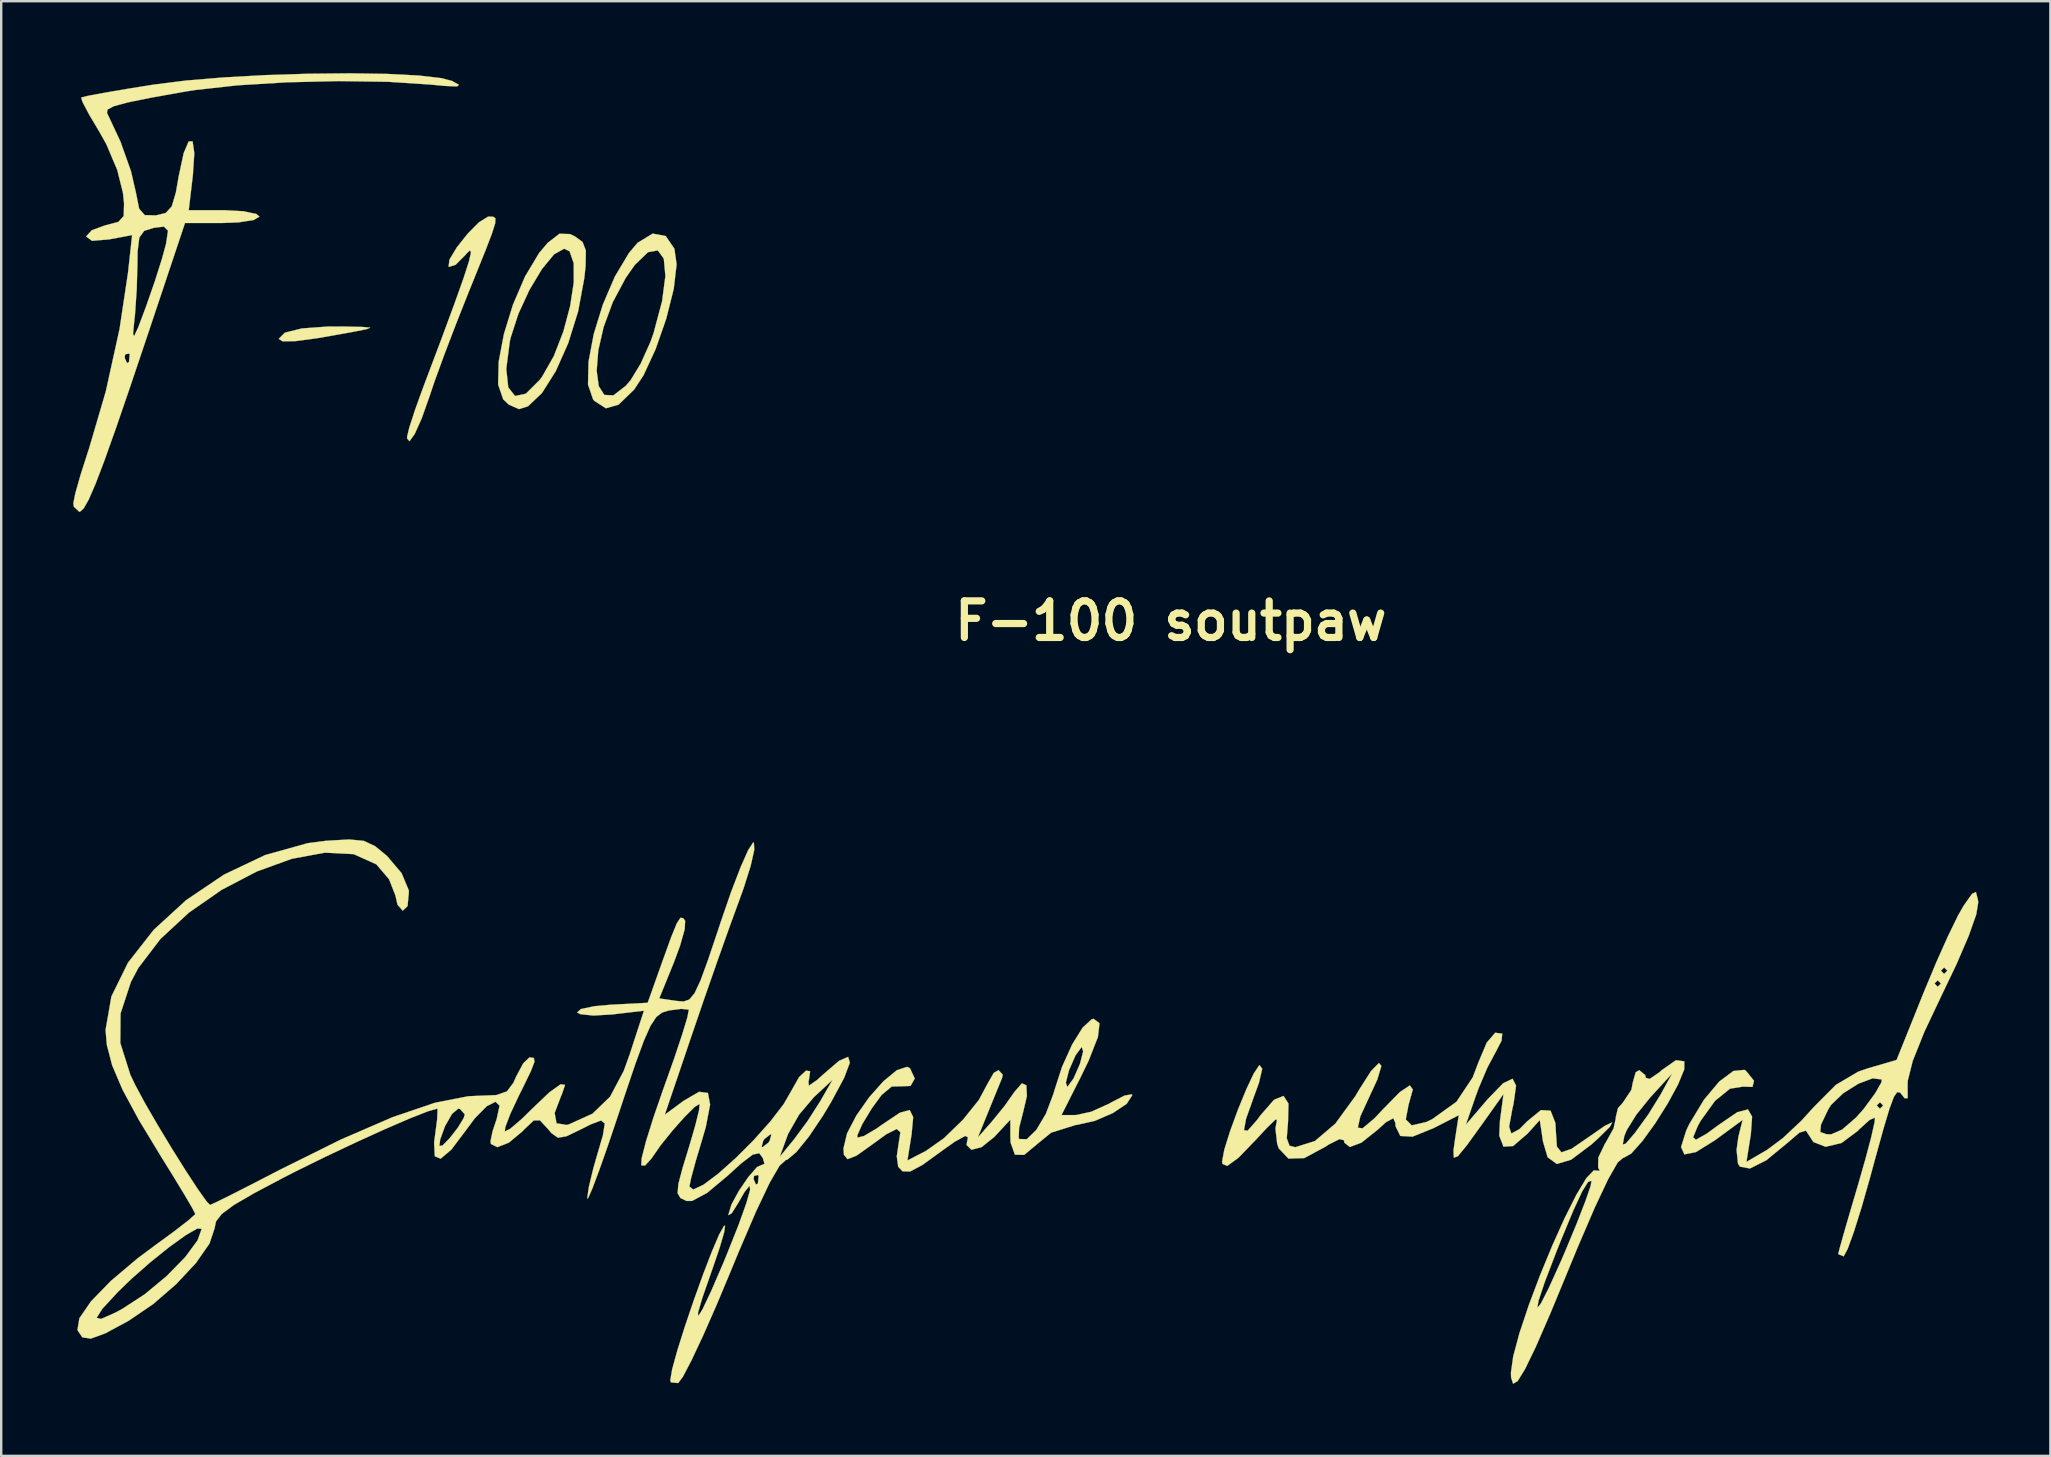
<source format=kicad_pcb>
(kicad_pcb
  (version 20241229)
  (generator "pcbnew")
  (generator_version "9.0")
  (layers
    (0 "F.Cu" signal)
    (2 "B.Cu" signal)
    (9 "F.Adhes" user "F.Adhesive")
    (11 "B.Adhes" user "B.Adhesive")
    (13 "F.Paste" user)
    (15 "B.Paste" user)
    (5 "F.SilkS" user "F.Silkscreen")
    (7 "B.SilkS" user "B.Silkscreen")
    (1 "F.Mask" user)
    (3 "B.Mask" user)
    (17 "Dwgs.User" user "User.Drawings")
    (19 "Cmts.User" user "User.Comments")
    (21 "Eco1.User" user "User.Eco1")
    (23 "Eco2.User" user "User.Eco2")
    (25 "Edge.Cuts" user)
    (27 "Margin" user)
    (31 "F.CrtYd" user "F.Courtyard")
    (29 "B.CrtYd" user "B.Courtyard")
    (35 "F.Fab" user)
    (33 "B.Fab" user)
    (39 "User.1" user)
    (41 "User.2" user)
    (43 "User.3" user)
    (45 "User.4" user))
  (footprint "F-100 soutpaw"
    (layer "F.Cu")
    (at 45.725 22.818)
    (property "Reference" "F-100 soutpaw" (at 0 0 0) (layer "F.SilkS") (effects (font (size 1.524 1.524) (thickness 0.3))))
    (attr through_hole)
    (fp_poly (pts (xy -33.671 -12.248) (xy -33.35 -12.218) (xy -33.493 -12.156) (xy -34.064 -12.043) (xy -34.089 -12.038) (xy -35.513 -11.785) (xy -36.468 -11.656) (xy -37.002 -11.647) (xy -37.164 -11.75) (xy -36.911 -12.008) (xy -36.2 -12.185) (xy -35.105 -12.265) (xy -34.491 -12.266) (xy -33.671 -12.248)) (stroke (width 0.01) (type solid)) (fill yes) (layer "F.SilkS"))
    (fp_poly (pts (xy -28.231 -16.84) (xy -28.136 -16.775) (xy -28.145 -16.568) (xy -28.28 -16.138) (xy -28.562 -15.404) (xy -29.012 -14.288) (xy -29.244 -13.715) (xy -29.769 -12.392) (xy -30.269 -11.083) (xy -30.677 -9.963) (xy -30.881 -9.358) (xy -31.204 -8.443) (xy -31.495 -7.794) (xy -31.713 -7.486) (xy -31.814 -7.597) (xy -31.817 -7.668) (xy -31.727 -8.046) (xy -31.491 -8.772) (xy -31.158 -9.696) (xy -31.121 -9.794) (xy -30.393 -11.725) (xy -29.847 -13.203) (xy -29.467 -14.269) (xy -29.241 -14.968) (xy -29.154 -15.344) (xy -29.193 -15.44) (xy -29.343 -15.3) (xy -29.388 -15.244) (xy -29.794 -14.837) (xy -30.075 -14.748) (xy -30.087 -14.758) (xy -30.05 -15.053) (xy -29.745 -15.561) (xy -29.294 -16.13) (xy -28.821 -16.607) (xy -28.447 -16.84) (xy -28.408 -16.844) (xy -28.231 -16.84)) (stroke (width 0.01) (type solid)) (fill yes) (layer "F.SilkS"))
    (fp_poly (pts (xy -21.041 -16.036) (xy -20.68 -15.507) (xy -20.587 -14.858) (xy -20.707 -13.83) (xy -21.021 -12.584) (xy -21.463 -11.32) (xy -21.965 -10.234) (xy -22.356 -9.638) (xy -23.007 -9.008) (xy -23.536 -8.858) (xy -24.017 -9.17) (xy -24.067 -9.229) (xy -24.279 -9.848) (xy -24.265 -10.426) (xy -23.917 -10.426) (xy -23.832 -9.783) (xy -23.599 -9.416) (xy -23.222 -9.396) (xy -22.704 -9.795) (xy -22.495 -10.041) (xy -22.082 -10.721) (xy -21.677 -11.624) (xy -21.55 -11.98) (xy -21.191 -13.323) (xy -21.055 -14.374) (xy -21.121 -15.092) (xy -21.369 -15.436) (xy -21.779 -15.362) (xy -22.329 -14.831) (xy -22.704 -14.296) (xy -23.247 -13.278) (xy -23.628 -12.246) (xy -23.85 -11.271) (xy -23.917 -10.426) (xy -24.265 -10.426) (xy -24.257 -10.799) (xy -24.039 -11.952) (xy -23.661 -13.177) (xy -23.161 -14.344) (xy -22.575 -15.324) (xy -22.213 -15.754) (xy -21.583 -16.136) (xy -21.041 -16.036)) (stroke (width 0.01) (type solid)) (fill yes) (layer "F.SilkS"))
    (fp_poly (pts (xy -25.027 -16.116) (xy -24.826 -16.021) (xy -24.505 -15.786) (xy -24.368 -15.431) (xy -24.378 -14.795) (xy -24.434 -14.272) (xy -24.69 -12.894) (xy -25.103 -11.571) (xy -25.622 -10.404) (xy -26.197 -9.494) (xy -26.777 -8.942) (xy -27.152 -8.823) (xy -27.577 -9.01) (xy -27.81 -9.229) (xy -28.022 -9.848) (xy -28.007 -10.497) (xy -27.684 -10.497) (xy -27.6 -9.728) (xy -27.318 -9.372) (xy -26.87 -9.465) (xy -26.289 -10.043) (xy -26.188 -10.179) (xy -25.701 -11.036) (xy -25.307 -12.051) (xy -25.024 -13.11) (xy -24.873 -14.097) (xy -24.874 -14.898) (xy -25.046 -15.398) (xy -25.272 -15.507) (xy -25.691 -15.274) (xy -26.198 -14.659) (xy -26.718 -13.791) (xy -27.177 -12.797) (xy -27.5 -11.805) (xy -27.536 -11.643) (xy -27.684 -10.497) (xy -28.007 -10.497) (xy -28 -10.799) (xy -27.782 -11.952) (xy -27.404 -13.177) (xy -26.904 -14.344) (xy -26.318 -15.324) (xy -25.956 -15.754) (xy -25.467 -16.131) (xy -25.027 -16.116)) (stroke (width 0.01) (type solid)) (fill yes) (layer "F.SilkS"))
    (fp_poly (pts (xy 21.395 18.347) (xy 21.391 18.684) (xy 21.134 19.31) (xy 20.705 20.1) (xy 20.184 20.928) (xy 19.65 21.666) (xy 19.185 22.188) (xy 18.869 22.367) (xy 18.851 22.363) (xy 18.62 22.559) (xy 18.223 23.253) (xy 17.664 24.438) (xy 16.947 26.106) (xy 16.568 27.026) (xy 15.804 28.872) (xy 15.207 30.243) (xy 14.761 31.166) (xy 14.451 31.669) (xy 14.262 31.78) (xy 14.178 31.526) (xy 14.171 31.316) (xy 14.266 30.637) (xy 14.525 29.674) (xy 14.878 28.617) (xy 15.271 28.617) (xy 15.418 28.437) (xy 15.751 27.785) (xy 16.259 26.662) (xy 16.449 26.22) (xy 16.912 25.104) (xy 17.271 24.18) (xy 17.488 23.552) (xy 17.53 23.323) (xy 17.383 23.373) (xy 17.138 23.768) (xy 16.772 24.556) (xy 16.262 25.785) (xy 16.058 26.295) (xy 15.579 27.547) (xy 15.321 28.321) (xy 15.271 28.617) (xy 14.878 28.617) (xy 14.909 28.521) (xy 15.379 27.273) (xy 15.894 26.023) (xy 16.415 24.866) (xy 16.903 23.896) (xy 17.318 23.207) (xy 17.621 22.894) (xy 17.703 22.895) (xy 17.869 22.911) (xy 17.804 22.766) (xy 17.812 22.356) (xy 18.072 21.813) (xy 18.83 21.813) (xy 18.953 21.776) (xy 19.331 21.336) (xy 19.339 21.327) (xy 19.899 20.553) (xy 20.411 19.723) (xy 20.89 18.849) (xy 19.964 19.864) (xy 19.394 20.571) (xy 18.99 21.223) (xy 18.892 21.468) (xy 18.83 21.813) (xy 18.072 21.813) (xy 18.09 21.775) (xy 18.126 21.722) (xy 18.449 21.139) (xy 18.541 20.714) (xy 18.535 20.694) (xy 18.628 20.303) (xy 18.841 20.06) (xy 19.189 19.533) (xy 19.251 19.218) (xy 19.369 18.801) (xy 19.518 18.716) (xy 19.77 18.925) (xy 19.785 19.03) (xy 19.949 19.081) (xy 20.352 18.807) (xy 20.457 18.712) (xy 21.046 18.3) (xy 21.395 18.347)) (stroke (width 0.01) (type solid)) (fill yes) (layer "F.SilkS"))
    (fp_poly (pts (xy -32.643 -22.789) (xy -31.333 -22.722) (xy -30.378 -22.612) (xy -29.945 -22.496) (xy -29.653 -22.333) (xy -29.736 -22.267) (xy -30.252 -22.289) (xy -30.857 -22.346) (xy -32.622 -22.461) (xy -34.674 -22.49) (xy -36.822 -22.439) (xy -38.874 -22.314) (xy -40.639 -22.119) (xy -41.045 -22.055) (xy -42.474 -21.8) (xy -43.445 -21.603) (xy -44.028 -21.445) (xy -44.295 -21.306) (xy -44.317 -21.167) (xy -44.317 -21.166) (xy -43.753 -19.961) (xy -43.317 -18.733) (xy -43.11 -17.833) (xy -42.978 -17.172) (xy -42.746 -16.907) (xy -42.287 -16.895) (xy -42.274 -16.897) (xy -41.87 -16.997) (xy -41.62 -17.269) (xy -41.449 -17.845) (xy -41.332 -18.515) (xy -41.124 -19.487) (xy -40.915 -19.977) (xy -40.751 -19.981) (xy -40.68 -19.492) (xy -40.739 -18.582) (xy -40.912 -17.112) (xy -39.439 -17.112) (xy -38.633 -17.068) (xy -38.098 -16.954) (xy -37.966 -16.844) (xy -38.209 -16.701) (xy -38.839 -16.604) (xy -39.517 -16.577) (xy -41.068 -16.577) (xy -42.609 -11.965) (xy -43.354 -9.751) (xy -43.955 -8) (xy -44.431 -6.665) (xy -44.799 -5.699) (xy -45.079 -5.056) (xy -45.287 -4.688) (xy -45.442 -4.55) (xy -45.471 -4.545) (xy -45.699 -4.759) (xy -45.72 -4.899) (xy -45.638 -5.313) (xy -45.422 -6.075) (xy -45.116 -7.03) (xy -45.074 -7.152) (xy -44.368 -9.56) (xy -44.059 -10.962) (xy -43.581 -10.962) (xy -43.483 -10.742) (xy -43.403 -10.784) (xy -43.371 -11.101) (xy -43.403 -11.14) (xy -43.562 -11.104) (xy -43.581 -10.962) (xy -44.059 -10.962) (xy -43.841 -11.951) (xy -43.233 -11.951) (xy -43.185 -11.869) (xy -43.02 -12.222) (xy -42.711 -13.044) (xy -42.677 -13.137) (xy -42.321 -14.161) (xy -42.024 -15.099) (xy -41.858 -15.709) (xy -41.776 -16.257) (xy -41.944 -16.427) (xy -42.364 -16.378) (xy -42.767 -16.251) (xy -42.971 -15.972) (xy -43.042 -15.393) (xy -43.049 -14.875) (xy -43.079 -13.811) (xy -43.151 -12.761) (xy -43.187 -12.433) (xy -43.233 -11.951) (xy -43.841 -11.951) (xy -43.795 -12.161) (xy -43.44 -14.521) (xy -43.271 -16.074) (xy -44.228 -15.895) (xy -44.942 -15.835) (xy -45.185 -16.013) (xy -45.185 -16.019) (xy -44.953 -16.275) (xy -44.391 -16.481) (xy -44.353 -16.489) (xy -43.842 -16.625) (xy -43.622 -16.869) (xy -43.607 -17.388) (xy -43.653 -17.833) (xy -43.89 -18.786) (xy -44.346 -19.862) (xy -44.63 -20.368) (xy -45.064 -21.099) (xy -45.339 -21.622) (xy -45.394 -21.804) (xy -45.115 -21.875) (xy -44.416 -22.005) (xy -43.409 -22.177) (xy -42.376 -22.343) (xy -41.03 -22.512) (xy -39.44 -22.644) (xy -37.707 -22.74) (xy -35.93 -22.796) (xy -34.208 -22.813) (xy -32.643 -22.789)) (stroke (width 0.01) (type solid)) (fill yes) (layer "F.SilkS"))
    (fp_poly (pts (xy -2.969 16.763) (xy -3.035 17.333) (xy -3.415 18.304) (xy -3.747 18.991) (xy -4.553 20.587) (xy -3.948 20.586) (xy -3.316 20.448) (xy -2.568 20.111) (xy -2.473 20.056) (xy -1.924 19.773) (xy -1.623 19.722) (xy -1.604 19.758) (xy -1.836 20.117) (xy -2.414 20.504) (xy -3.164 20.827) (xy -3.912 20.995) (xy -3.964 20.999) (xy -4.983 21.319) (xy -5.525 21.762) (xy -6.108 22.246) (xy -6.494 22.236) (xy -6.673 21.736) (xy -6.684 21.468) (xy -6.684 20.777) (xy -7.354 21.499) (xy -7.88 21.922) (xy -8.307 22.032) (xy -8.509 21.831) (xy -8.453 21.508) (xy -8.564 21.457) (xy -8.992 21.691) (xy -9.525 22.069) (xy -10.342 22.662) (xy -10.858 22.937) (xy -11.174 22.931) (xy -11.356 22.739) (xy -11.415 22.308) (xy -11.342 21.803) (xy -11.265 21.303) (xy -11.416 21.165) (xy -11.857 21.389) (xy -12.409 21.791) (xy -13.094 22.278) (xy -13.468 22.423) (xy -13.618 22.239) (xy -13.636 21.977) (xy -13.487 21.352) (xy -13.099 20.605) (xy -12.565 19.845) (xy -11.974 19.18) (xy -11.418 18.721) (xy -10.987 18.576) (xy -10.864 18.636) (xy -10.666 19.063) (xy -10.841 19.372) (xy -11.216 19.388) (xy -11.624 19.396) (xy -12.048 19.749) (xy -12.459 20.312) (xy -12.852 20.964) (xy -13.053 21.416) (xy -13.054 21.525) (xy -12.785 21.46) (xy -12.257 21.148) (xy -12.027 20.985) (xy -11.286 20.488) (xy -10.875 20.377) (xy -10.732 20.673) (xy -10.798 21.395) (xy -10.799 21.399) (xy -10.971 22.477) (xy -10.204 22.081) (xy -9.451 21.551) (xy -8.661 20.784) (xy -7.996 19.958) (xy -7.626 19.268) (xy -7.374 18.826) (xy -7.172 18.716) (xy -7 18.903) (xy -7.032 19.05) (xy -7.215 19.496) (xy -7.503 20.203) (xy -7.605 20.454) (xy -8.04 21.523) (xy -7.429 20.826) (xy -6.91 20.188) (xy -6.517 19.626) (xy -6.515 19.623) (xy -6.202 19.264) (xy -6.016 19.348) (xy -5.994 19.795) (xy -6.149 20.454) (xy -6.318 21.116) (xy -6.335 21.54) (xy -6.311 21.584) (xy -5.999 21.592) (xy -5.602 21.205) (xy -5.203 20.534) (xy -4.885 19.693) (xy -4.853 19.576) (xy -4.742 19.231) (xy -4.371 19.231) (xy -4.316 19.404) (xy -4.294 19.394) (xy -4.051 19.062) (xy -3.786 18.458) (xy -3.78 18.44) (xy -3.65 17.933) (xy -3.705 17.76) (xy -3.728 17.77) (xy -3.97 18.102) (xy -4.235 18.707) (xy -4.241 18.724) (xy -4.371 19.231) (xy -4.742 19.231) (xy -4.526 18.568) (xy -4.11 17.648) (xy -3.676 16.947) (xy -3.296 16.595) (xy -3.212 16.577) (xy -2.969 16.763)) (stroke (width 0.01) (type solid)) (fill yes) (layer "F.SilkS"))
    (fp_poly (pts (xy 13.809 17.195) (xy 13.78 17.49) (xy 13.534 17.962) (xy 13.19 18.608) (xy 12.822 19.476) (xy 12.707 19.79) (xy 12.293 20.988) (xy 13.207 19.919) (xy 13.848 19.259) (xy 14.241 19.073) (xy 14.385 19.36) (xy 14.28 20.12) (xy 14.234 20.31) (xy 14.094 21.07) (xy 14.189 21.354) (xy 14.528 21.17) (xy 14.839 20.855) (xy 15.419 20.379) (xy 15.822 20.402) (xy 16.024 20.917) (xy 16.042 21.256) (xy 16.086 21.898) (xy 16.275 22.138) (xy 16.697 21.992) (xy 17.379 21.523) (xy 18.086 21.033) (xy 18.392 20.89) (xy 18.289 21.08) (xy 17.771 21.59) (xy 17.524 21.811) (xy 16.68 22.446) (xy 16.083 22.624) (xy 15.699 22.343) (xy 15.507 21.69) (xy 15.374 20.793) (xy 14.864 21.359) (xy 14.262 21.877) (xy 13.86 21.901) (xy 13.684 21.444) (xy 13.714 20.818) (xy 13.862 19.711) (xy 12.953 20.99) (xy 12.33 21.852) (xy 11.96 22.3) (xy 11.793 22.363) (xy 11.778 22.066) (xy 11.843 21.593) (xy 11.997 20.594) (xy 10.936 21.136) (xy 10.074 21.484) (xy 9.562 21.457) (xy 9.363 21.05) (xy 9.358 20.923) (xy 9.273 20.719) (xy 8.968 20.882) (xy 8.608 21.206) (xy 7.947 21.733) (xy 7.46 21.917) (xy 7.228 21.733) (xy 7.219 21.639) (xy 7.034 21.586) (xy 6.575 21.816) (xy 6.442 21.906) (xy 5.56 22.379) (xy 4.901 22.399) (xy 4.494 21.968) (xy 4.432 21.778) (xy 4.36 21.144) (xy 4.425 20.776) (xy 4.357 20.778) (xy 4.015 21.109) (xy 3.565 21.594) (xy 2.818 22.367) (xy 2.352 22.705) (xy 2.15 22.619) (xy 2.139 22.511) (xy 2.231 22.023) (xy 2.469 21.261) (xy 2.792 20.377) (xy 3.142 19.523) (xy 3.458 18.853) (xy 3.681 18.518) (xy 3.701 18.507) (xy 3.81 18.658) (xy 3.674 19.241) (xy 3.472 19.796) (xy 3.138 20.733) (xy 3.049 21.215) (xy 3.203 21.236) (xy 3.598 20.787) (xy 3.732 20.603) (xy 4.299 19.951) (xy 4.699 19.788) (xy 4.903 20.107) (xy 4.886 20.855) (xy 4.832 21.552) (xy 4.945 21.864) (xy 5.188 21.924) (xy 6.002 21.67) (xy 6.856 20.943) (xy 7.691 19.795) (xy 7.829 19.559) (xy 8.344 18.75) (xy 8.673 18.417) (xy 8.774 18.542) (xy 8.605 19.107) (xy 8.304 19.755) (xy 7.895 20.647) (xy 7.793 21.111) (xy 7.99 21.139) (xy 8.483 20.724) (xy 8.839 20.347) (xy 9.546 19.626) (xy 9.961 19.351) (xy 10.083 19.522) (xy 9.911 20.139) (xy 9.91 20.14) (xy 9.79 20.768) (xy 10.041 21.016) (xy 10.648 20.874) (xy 10.888 20.759) (xy 11.902 20.032) (xy 12.579 19.016) (xy 12.819 18.385) (xy 13.163 17.567) (xy 13.516 17.156) (xy 13.809 17.195)) (stroke (width 0.01) (type solid)) (fill yes) (layer "F.SilkS"))
    (fp_poly (pts (xy 33.623 11.606) (xy 33.64 11.719) (xy 33.557 12.226) (xy 33.245 13.113) (xy 32.738 14.293) (xy 32.178 15.463) (xy 31.398 17.11) (xy 30.908 18.336) (xy 30.702 19.16) (xy 30.697 19.384) (xy 30.7 19.884) (xy 30.568 19.883) (xy 30.524 19.824) (xy 30.387 19.651) (xy 30.263 19.63) (xy 30.125 19.827) (xy 29.945 20.309) (xy 29.695 21.141) (xy 29.349 22.39) (xy 29.131 23.194) (xy 28.78 24.428) (xy 28.459 25.45) (xy 28.2 26.161) (xy 28.037 26.465) (xy 28.025 26.469) (xy 27.807 26.379) (xy 27.806 26.371) (xy 27.878 26.09) (xy 28.071 25.406) (xy 28.355 24.431) (xy 28.621 23.531) (xy 28.944 22.404) (xy 29.187 21.482) (xy 29.322 20.875) (xy 29.335 20.69) (xy 29.107 20.794) (xy 28.68 21.181) (xy 28.607 21.257) (xy 27.942 21.75) (xy 27.28 21.907) (xy 26.771 21.71) (xy 26.624 21.481) (xy 26.499 21.292) (xy 27.058 21.292) (xy 27.321 21.385) (xy 27.516 21.389) (xy 27.968 21.191) (xy 28.554 20.685) (xy 28.886 20.308) (xy 28.974 20.186) (xy 29.411 20.186) (xy 29.544 20.32) (xy 29.678 20.186) (xy 29.544 20.053) (xy 29.411 20.186) (xy 28.974 20.186) (xy 29.347 19.676) (xy 29.603 19.229) (xy 29.62 19.103) (xy 29.24 19.056) (xy 28.646 19.28) (xy 28.013 19.678) (xy 27.515 20.154) (xy 27.397 20.336) (xy 27.088 20.984) (xy 27.058 21.292) (xy 26.499 21.292) (xy 26.462 21.236) (xy 26.191 21.317) (xy 25.726 21.715) (xy 24.81 22.469) (xy 24.127 22.812) (xy 23.708 22.734) (xy 23.629 22.604) (xy 23.571 22.039) (xy 23.647 21.49) (xy 23.823 20.789) (xy 22.687 21.624) (xy 21.877 22.129) (xy 21.396 22.224) (xy 21.258 21.918) (xy 21.478 21.22) (xy 21.608 20.95) (xy 22.211 19.951) (xy 22.847 19.192) (xy 23.437 18.751) (xy 23.897 18.702) (xy 23.967 18.747) (xy 24.298 19.158) (xy 24.234 19.414) (xy 23.845 19.4) (xy 23.298 19.487) (xy 22.674 19.993) (xy 22.071 20.83) (xy 21.948 21.055) (xy 21.762 21.513) (xy 21.879 21.614) (xy 22.334 21.357) (xy 22.836 20.988) (xy 23.601 20.467) (xy 24.046 20.35) (xy 24.218 20.652) (xy 24.166 21.391) (xy 24.16 21.428) (xy 23.982 22.537) (xy 24.851 22.03) (xy 25.508 21.539) (xy 26.282 20.81) (xy 26.787 20.254) (xy 27.706 19.329) (xy 28.636 18.779) (xy 29.046 18.638) (xy 30.237 18.29) (xy 31.372 15.467) (xy 31.523 15.106) (xy 31.817 15.106) (xy 31.951 15.24) (xy 32.084 15.106) (xy 31.951 14.973) (xy 31.817 15.106) (xy 31.523 15.106) (xy 31.746 14.572) (xy 32.084 14.572) (xy 32.218 14.705) (xy 32.352 14.572) (xy 32.218 14.438) (xy 32.084 14.572) (xy 31.746 14.572) (xy 31.881 14.246) (xy 32.377 13.137) (xy 32.795 12.278) (xy 33.028 11.869) (xy 33.379 11.372) (xy 33.542 11.293) (xy 33.623 11.606)) (stroke (width 0.01) (type solid)) (fill yes) (layer "F.SilkS"))
    (fp_poly (pts (xy -33.621 9.162) (xy -33.152 9.38) (xy -32.65 9.793) (xy -32.045 10.507) (xy -31.748 11.215) (xy -31.74 11.282) (xy -31.795 11.88) (xy -31.996 12.073) (xy -32.215 11.824) (xy -32.302 11.436) (xy -32.568 10.761) (xy -33.092 10.147) (xy -33.104 10.137) (xy -34.042 9.716) (xy -35.243 9.655) (xy -36.619 9.91) (xy -38.08 10.44) (xy -39.539 11.202) (xy -40.906 12.153) (xy -42.092 13.251) (xy -43.009 14.453) (xy -43.323 15.044) (xy -43.753 16.354) (xy -43.763 17.584) (xy -43.346 18.905) (xy -43.145 19.326) (xy -42.744 20.073) (xy -42.213 20.99) (xy -41.622 21.969) (xy -41.038 22.901) (xy -40.53 23.677) (xy -40.166 24.187) (xy -40.023 24.331) (xy -39.763 24.214) (xy -39.127 23.899) (xy -38.21 23.432) (xy -37.143 22.88) (xy -34.577 21.607) (xy -32.415 20.672) (xy -30.647 20.072) (xy -29.265 19.802) (xy -28.901 19.785) (xy -28.101 19.754) (xy -27.655 19.6) (xy -27.383 19.235) (xy -27.272 18.983) (xy -26.979 18.432) (xy -26.718 18.182) (xy -26.704 18.181) (xy -26.534 18.209) (xy -26.509 18.365) (xy -26.657 18.753) (xy -27.009 19.479) (xy -27.162 19.784) (xy -27.518 20.543) (xy -27.725 21.088) (xy -27.746 21.271) (xy -27.518 21.157) (xy -27.042 20.75) (xy -26.598 20.315) (xy -25.886 19.638) (xy -25.418 19.303) (xy -25.234 19.328) (xy -25.37 19.729) (xy -25.391 19.768) (xy -25.668 20.499) (xy -25.59 20.928) (xy -25.169 20.999) (xy -25.066 20.971) (xy -24.087 20.526) (xy -23.36 19.822) (xy -22.791 18.749) (xy -22.535 18.038) (xy -21.949 16.238) (xy -23.266 16.394) (xy -24.054 16.44) (xy -24.6 16.383) (xy -24.732 16.31) (xy -24.573 16.169) (xy -24.01 16.05) (xy -23.336 15.989) (xy -21.792 15.908) (xy -21.178 14.181) (xy -20.816 13.18) (xy -20.581 12.602) (xy -20.427 12.365) (xy -20.308 12.386) (xy -20.232 12.493) (xy -20.25 12.845) (xy -20.441 13.525) (xy -20.7 14.224) (xy -21.31 15.726) (xy -20.589 15.831) (xy -20.294 15.855) (xy -20.058 15.772) (xy -19.838 15.508) (xy -19.592 14.983) (xy -19.277 14.121) (xy -18.848 12.844) (xy -18.738 12.51) (xy -18.309 11.27) (xy -17.918 10.252) (xy -17.604 9.544) (xy -17.401 9.234) (xy -17.369 9.23) (xy -17.35 9.528) (xy -17.501 10.201) (xy -17.792 11.125) (xy -17.954 11.573) (xy -18.371 12.715) (xy -18.889 14.172) (xy -19.441 15.751) (xy -19.927 17.171) (xy -21.08 20.572) (xy -20.297 19.993) (xy -19.649 19.617) (xy -19.283 19.665) (xy -19.192 20.15) (xy -19.371 21.084) (xy -19.527 21.619) (xy -19.796 22.52) (xy -19.986 23.223) (xy -20.053 23.562) (xy -19.893 23.69) (xy -19.466 23.487) (xy -18.853 23.027) (xy -18.133 22.385) (xy -17.653 21.907) (xy -17.046 21.907) (xy -17.009 21.924) (xy -16.765 21.736) (xy -16.711 21.657) (xy -16.642 21.407) (xy -16.679 21.389) (xy -16.923 21.578) (xy -16.978 21.657) (xy -17.046 21.907) (xy -17.653 21.907) (xy -17.385 21.638) (xy -16.689 20.861) (xy -16.126 20.129) (xy -15.774 19.517) (xy -15.773 19.514) (xy -15.484 19.004) (xy -15.197 18.735) (xy -15.024 18.76) (xy -15.077 19.135) (xy -15.095 19.183) (xy -15.078 19.362) (xy -14.732 19.123) (xy -14.507 18.916) (xy -13.821 18.327) (xy -13.442 18.161) (xy -13.37 18.402) (xy -13.607 19.035) (xy -14.151 20.046) (xy -14.499 20.626) (xy -15.076 21.483) (xy -15.598 22.126) (xy -15.974 22.444) (xy -16.037 22.46) (xy -16.299 22.696) (xy -16.713 23.41) (xy -17.282 24.61) (xy -18.01 26.307) (xy -18.317 27.051) (xy -18.927 28.509) (xy -19.491 29.789) (xy -19.97 30.809) (xy -20.327 31.49) (xy -20.523 31.751) (xy -20.824 31.721) (xy -20.853 31.639) (xy -20.771 31.168) (xy -20.553 30.379) (xy -20.239 29.384) (xy -19.869 28.294) (xy -19.482 27.22) (xy -19.118 26.274) (xy -18.816 25.566) (xy -18.615 25.209) (xy -18.568 25.191) (xy -18.606 25.469) (xy -18.795 26.115) (xy -19.094 26.996) (xy -19.138 27.117) (xy -19.517 28.206) (xy -19.696 28.818) (xy -19.686 28.967) (xy -19.501 28.666) (xy -19.152 27.929) (xy -18.651 26.77) (xy -18.504 26.414) (xy -18.011 25.177) (xy -17.682 24.258) (xy -17.524 23.696) (xy -17.546 23.528) (xy -17.757 23.79) (xy -18.016 24.24) (xy -18.291 24.678) (xy -18.426 24.757) (xy -18.429 24.732) (xy -18.303 24.314) (xy -17.99 23.74) (xy -17.663 23.261) (xy -17.379 23.261) (xy -17.281 23.481) (xy -17.201 23.439) (xy -17.169 23.122) (xy -17.201 23.083) (xy -17.36 23.12) (xy -17.379 23.261) (xy -17.663 23.261) (xy -17.599 23.167) (xy -17.237 22.751) (xy -17.01 22.65) (xy -17.008 22.652) (xy -16.926 22.616) (xy -16.995 22.377) (xy -17.033 22.325) (xy -16.291 22.325) (xy -15.692 21.594) (xy -15.125 20.826) (xy -14.596 19.997) (xy -14.592 19.99) (xy -14.09 19.117) (xy -14.87 19.842) (xy -15.483 20.566) (xy -15.939 21.366) (xy -15.971 21.447) (xy -16.291 22.325) (xy -17.033 22.325) (xy -17.145 22.175) (xy -17.412 22.232) (xy -17.888 22.593) (xy -18.465 23.117) (xy -19.322 23.832) (xy -19.941 24.162) (xy -20.172 24.165) (xy -20.429 24.042) (xy -20.545 23.844) (xy -20.515 23.46) (xy -20.334 22.774) (xy -20.063 21.893) (xy -19.81 21.026) (xy -19.653 20.388) (xy -19.627 20.122) (xy -19.835 20.247) (xy -20.253 20.663) (xy -20.764 21.239) (xy -21.25 21.842) (xy -21.595 22.339) (xy -21.615 22.374) (xy -21.899 22.688) (xy -22.06 22.68) (xy -22.041 22.376) (xy -21.861 21.675) (xy -21.549 20.678) (xy -21.137 19.488) (xy -21.105 19.401) (xy -20.682 18.209) (xy -20.349 17.211) (xy -20.137 16.508) (xy -20.078 16.198) (xy -20.081 16.193) (xy -20.391 16.162) (xy -20.908 16.228) (xy -21.191 16.314) (xy -21.435 16.503) (xy -21.676 16.87) (xy -21.953 17.492) (xy -22.302 18.443) (xy -22.761 19.801) (xy -22.964 20.415) (xy -23.412 21.749) (xy -23.798 22.848) (xy -24.094 23.638) (xy -24.272 24.044) (xy -24.312 24.063) (xy -24.245 23.586) (xy -24.06 22.817) (xy -23.927 22.35) (xy -23.657 21.426) (xy -23.581 20.938) (xy -23.736 20.812) (xy -24.162 20.973) (xy -24.531 21.159) (xy -25.172 21.469) (xy -25.531 21.53) (xy -25.8 21.341) (xy -25.967 21.143) (xy -26.282 20.806) (xy -26.539 20.811) (xy -26.935 21.182) (xy -27.016 21.269) (xy -27.576 21.736) (xy -28.055 21.923) (xy -28.322 21.792) (xy -28.341 21.674) (xy -28.253 21.256) (xy -28.08 20.738) (xy -27.964 20.197) (xy -28.128 20.032) (xy -28.497 20.216) (xy -28.998 20.726) (xy -29.326 21.168) (xy -29.97 22.025) (xy -30.418 22.404) (xy -30.662 22.303) (xy -30.682 21.875) (xy -30.471 21.875) (xy -30.337 21.852) (xy -30.037 21.544) (xy -29.701 21.11) (xy -29.458 20.712) (xy -29.411 20.558) (xy -29.616 20.328) (xy -29.685 20.32) (xy -29.945 20.539) (xy -30.235 21.045) (xy -30.438 21.607) (xy -30.471 21.875) (xy -30.682 21.875) (xy -30.69 21.722) (xy -30.65 21.425) (xy -30.561 20.746) (xy -30.547 20.357) (xy -30.564 20.32) (xy -30.956 20.432) (xy -31.723 20.735) (xy -32.762 21.184) (xy -33.968 21.733) (xy -35.24 22.334) (xy -36.473 22.941) (xy -36.964 23.192) (xy -38.204 23.849) (xy -39.036 24.335) (xy -39.535 24.706) (xy -39.777 25.019) (xy -39.838 25.313) (xy -40.048 25.941) (xy -40.61 26.746) (xy -41.426 27.621) (xy -42.394 28.46) (xy -43.416 29.155) (xy -43.442 29.17) (xy -44.387 29.679) (xy -44.989 29.899) (xy -45.345 29.847) (xy -45.549 29.544) (xy -45.469 29.054) (xy -45.455 29.033) (xy -44.749 29.033) (xy -44.566 29.081) (xy -43.964 28.813) (xy -43.686 28.664) (xy -42.746 28.052) (xy -41.837 27.298) (xy -41.066 26.513) (xy -40.543 25.805) (xy -40.373 25.324) (xy -40.554 25.312) (xy -41.035 25.589) (xy -41.718 26.08) (xy -42.507 26.713) (xy -43.306 27.416) (xy -43.866 27.958) (xy -44.515 28.661) (xy -44.749 29.033) (xy -45.455 29.033) (xy -44.987 28.351) (xy -44.161 27.499) (xy -43.048 26.559) (xy -42.335 26.028) (xy -41.536 25.444) (xy -40.94 24.983) (xy -40.652 24.727) (xy -40.64 24.705) (xy -40.773 24.445) (xy -41.13 23.837) (xy -41.65 22.984) (xy -42.018 22.393) (xy -42.988 20.793) (xy -43.67 19.529) (xy -44.103 18.513) (xy -44.325 17.66) (xy -44.377 17.036) (xy -44.134 15.644) (xy -43.441 14.235) (xy -42.376 12.874) (xy -41.018 11.63) (xy -39.443 10.568) (xy -37.731 9.755) (xy -35.959 9.259) (xy -35.186 9.159) (xy -34.235 9.104) (xy -33.621 9.162)) (stroke (width 0.01) (type solid)) (fill yes) (layer "F.SilkS")))
  (gr_rect
    (start -3 -3)
    (end 82.37 57.603)
    (stroke (width 0.1) (type default))
    (fill no)
    (layer "Edge.Cuts")))
</source>
